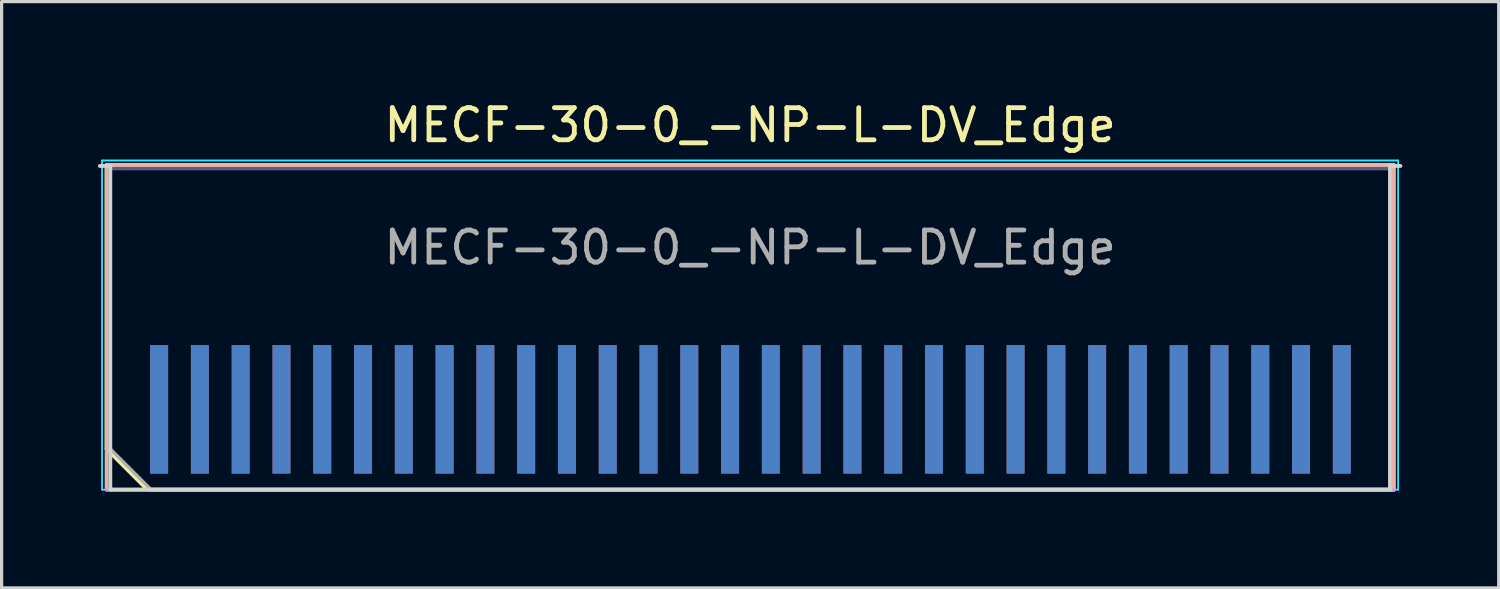
<source format=kicad_pcb>
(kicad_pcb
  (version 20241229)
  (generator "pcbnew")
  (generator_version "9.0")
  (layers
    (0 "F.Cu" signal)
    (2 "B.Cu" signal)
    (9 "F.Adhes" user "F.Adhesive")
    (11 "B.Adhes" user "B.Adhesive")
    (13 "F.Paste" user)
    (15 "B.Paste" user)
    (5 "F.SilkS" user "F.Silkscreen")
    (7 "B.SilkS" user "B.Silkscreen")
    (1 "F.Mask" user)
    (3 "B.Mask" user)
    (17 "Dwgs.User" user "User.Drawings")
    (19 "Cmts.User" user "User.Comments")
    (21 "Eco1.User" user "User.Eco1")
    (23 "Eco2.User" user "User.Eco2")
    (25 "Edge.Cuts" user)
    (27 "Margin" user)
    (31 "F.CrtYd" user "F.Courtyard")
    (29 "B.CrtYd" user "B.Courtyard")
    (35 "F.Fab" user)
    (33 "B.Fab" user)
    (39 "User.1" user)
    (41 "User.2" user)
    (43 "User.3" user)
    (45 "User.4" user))
  (footprint "MECF-30-0_-NP-L-DV_Edge"
    (layer "F.Cu")
    (at 20.31 7.198)
    (property "Reference" "MECF-30-0_-NP-L-DV_Edge" (at 0 -6.35 0) (layer "F.SilkS") (effects (font (size 1 1) (thickness 0.15))))
    (attr exclude_from_pos_files exclude_from_bom)
    (fp_line (start -20.04 -5.11) (end 20.04 -5.11) (stroke (width 0.12) (type solid)) (layer "F.SilkS"))
    (fp_line (start -20.04 3.73) (end -20.04 -5.11) (stroke (width 0.12) (type solid)) (layer "F.SilkS"))
    (fp_line (start -18.77 5) (end -20.04 3.73) (stroke (width 0.12) (type solid)) (layer "F.SilkS"))
    (fp_line (start -18.77 5) (end 20.04 5) (stroke (width 0.12) (type solid)) (layer "F.SilkS"))
    (fp_line (start 20.04 5) (end 20.04 -5.11) (stroke (width 0.12) (type solid)) (layer "F.SilkS"))
    (fp_line (start -20.04 -5.11) (end 20.04 -5.11) (stroke (width 0.12) (type solid)) (layer "B.SilkS"))
    (fp_line (start -20.04 5) (end -20.04 -5.11) (stroke (width 0.12) (type solid)) (layer "B.SilkS"))
    (fp_line (start -20.04 5) (end 20.04 5) (stroke (width 0.12) (type solid)) (layer "B.SilkS"))
    (fp_line (start 20.04 5) (end 20.04 -5.11) (stroke (width 0.12) (type solid)) (layer "B.SilkS"))
    (fp_line (start -20.25 -5.08) (end -19.925 -5.08) (stroke (width 0.12) (type solid)) (layer "Edge.Cuts"))
    (fp_line (start -19.925 5) (end -19.925 -5.08) (stroke (width 0.12) (type solid)) (layer "Edge.Cuts"))
    (fp_line (start -19.925 5) (end 19.925 5) (stroke (width 0.12) (type solid)) (layer "Edge.Cuts"))
    (fp_line (start 19.925 5) (end 19.925 -5.08) (stroke (width 0.12) (type solid)) (layer "Edge.Cuts"))
    (fp_line (start 20.25 -5.08) (end 19.925 -5.08) (stroke (width 0.12) (type solid)) (layer "Edge.Cuts"))
    (fp_line (start -20.18 -5.25) (end -20.18 5) (stroke (width 0.05) (type solid)) (layer "B.CrtYd"))
    (fp_line (start -20.18 5) (end 20.18 5) (stroke (width 0.05) (type solid)) (layer "B.CrtYd"))
    (fp_line (start 20.18 -5.25) (end -20.18 -5.25) (stroke (width 0.05) (type solid)) (layer "B.CrtYd"))
    (fp_line (start 20.18 5) (end 20.18 -5.25) (stroke (width 0.05) (type solid)) (layer "B.CrtYd"))
    (fp_line (start -20.18 -5.25) (end -20.18 5) (stroke (width 0.05) (type solid)) (layer "F.CrtYd"))
    (fp_line (start -20.18 5) (end 20.18 5) (stroke (width 0.05) (type solid)) (layer "F.CrtYd"))
    (fp_line (start 20.18 -5.25) (end -20.18 -5.25) (stroke (width 0.05) (type solid)) (layer "F.CrtYd"))
    (fp_line (start 20.18 5) (end 20.18 -5.25) (stroke (width 0.05) (type solid)) (layer "F.CrtYd"))
    (fp_line (start -19.925 -5) (end 19.925 -5) (stroke (width 0.1) (type solid)) (layer "B.Fab"))
    (fp_line (start -19.925 5) (end -19.925 -5) (stroke (width 0.1) (type solid)) (layer "B.Fab"))
    (fp_line (start -19.925 5) (end 19.925 5) (stroke (width 0.1) (type solid)) (layer "B.Fab"))
    (fp_line (start 19.925 5) (end 19.925 -5) (stroke (width 0.1) (type solid)) (layer "B.Fab"))
    (fp_line (start -19.925 -5) (end 19.925 -5) (stroke (width 0.1) (type solid)) (layer "F.Fab"))
    (fp_line (start -19.925 3.73) (end -19.925 -5) (stroke (width 0.1) (type solid)) (layer "F.Fab"))
    (fp_line (start -19.925 3.73) (end -18.655 5) (stroke (width 0.1) (type solid)) (layer "F.Fab"))
    (fp_line (start -18.655 5) (end 19.925 5) (stroke (width 0.1) (type solid)) (layer "F.Fab"))
    (fp_line (start 19.925 5) (end 19.925 -5) (stroke (width 0.1) (type solid)) (layer "F.Fab"))
    (fp_text user "${REFERENCE}" (at 0 -2.54 0) (layer "F.Fab") (effects (font (size 1 1) (thickness 0.15))))
    (pad "1" smd rect (at -18.405 2.5) (size 0.56 4) (layers "F.Cu" "F.Mask" "F.Paste"))
    (pad "2" smd rect (at -18.405 2.5) (size 0.56 4) (layers "B.Cu" "B.Mask" "B.Paste"))
    (pad "3" smd rect (at -17.135 2.5) (size 0.56 4) (layers "F.Cu" "F.Mask" "F.Paste"))
    (pad "4" smd rect (at -17.135 2.5) (size 0.56 4) (layers "B.Cu" "B.Mask" "B.Paste"))
    (pad "5" smd rect (at -15.865 2.5) (size 0.56 4) (layers "F.Cu" "F.Mask" "F.Paste"))
    (pad "6" smd rect (at -15.865 2.5) (size 0.56 4) (layers "B.Cu" "B.Mask" "B.Paste"))
    (pad "7" smd rect (at -14.595 2.5) (size 0.56 4) (layers "F.Cu" "F.Mask" "F.Paste"))
    (pad "8" smd rect (at -14.595 2.5) (size 0.56 4) (layers "B.Cu" "B.Mask" "B.Paste"))
    (pad "9" smd rect (at -13.325 2.5) (size 0.56 4) (layers "F.Cu" "F.Mask" "F.Paste"))
    (pad "10" smd rect (at -13.325 2.5) (size 0.56 4) (layers "B.Cu" "B.Mask" "B.Paste"))
    (pad "11" smd rect (at -12.055 2.5) (size 0.56 4) (layers "F.Cu" "F.Mask" "F.Paste"))
    (pad "12" smd rect (at -12.055 2.5) (size 0.56 4) (layers "B.Cu" "B.Mask" "B.Paste"))
    (pad "13" smd rect (at -10.785 2.5) (size 0.56 4) (layers "F.Cu" "F.Mask" "F.Paste"))
    (pad "14" smd rect (at -10.785 2.5) (size 0.56 4) (layers "B.Cu" "B.Mask" "B.Paste"))
    (pad "15" smd rect (at -9.515 2.5) (size 0.56 4) (layers "F.Cu" "F.Mask" "F.Paste"))
    (pad "16" smd rect (at -9.515 2.5) (size 0.56 4) (layers "B.Cu" "B.Mask" "B.Paste"))
    (pad "17" smd rect (at -8.245 2.5) (size 0.56 4) (layers "F.Cu" "F.Mask" "F.Paste"))
    (pad "18" smd rect (at -8.245 2.5) (size 0.56 4) (layers "B.Cu" "B.Mask" "B.Paste"))
    (pad "19" smd rect (at -6.975 2.5) (size 0.56 4) (layers "F.Cu" "F.Mask" "F.Paste"))
    (pad "20" smd rect (at -6.975 2.5) (size 0.56 4) (layers "B.Cu" "B.Mask" "B.Paste"))
    (pad "21" smd rect (at -5.705 2.5) (size 0.56 4) (layers "F.Cu" "F.Mask" "F.Paste"))
    (pad "22" smd rect (at -5.705 2.5) (size 0.56 4) (layers "B.Cu" "B.Mask" "B.Paste"))
    (pad "23" smd rect (at -4.435 2.5) (size 0.56 4) (layers "F.Cu" "F.Mask" "F.Paste"))
    (pad "24" smd rect (at -4.435 2.5) (size 0.56 4) (layers "B.Cu" "B.Mask" "B.Paste"))
    (pad "25" smd rect (at -3.165 2.5) (size 0.56 4) (layers "F.Cu" "F.Mask" "F.Paste"))
    (pad "26" smd rect (at -3.165 2.5) (size 0.56 4) (layers "B.Cu" "B.Mask" "B.Paste"))
    (pad "27" smd rect (at -1.895 2.5) (size 0.56 4) (layers "F.Cu" "F.Mask" "F.Paste"))
    (pad "28" smd rect (at -1.895 2.5) (size 0.56 4) (layers "B.Cu" "B.Mask" "B.Paste"))
    (pad "29" smd rect (at -0.625 2.5) (size 0.56 4) (layers "F.Cu" "F.Mask" "F.Paste"))
    (pad "30" smd rect (at -0.625 2.5) (size 0.56 4) (layers "B.Cu" "B.Mask" "B.Paste"))
    (pad "31" smd rect (at 0.645 2.5) (size 0.56 4) (layers "F.Cu" "F.Mask" "F.Paste"))
    (pad "32" smd rect (at 0.645 2.5) (size 0.56 4) (layers "B.Cu" "B.Mask" "B.Paste"))
    (pad "33" smd rect (at 1.915 2.5) (size 0.56 4) (layers "F.Cu" "F.Mask" "F.Paste"))
    (pad "34" smd rect (at 1.915 2.5) (size 0.56 4) (layers "B.Cu" "B.Mask" "B.Paste"))
    (pad "35" smd rect (at 3.185 2.5) (size 0.56 4) (layers "F.Cu" "F.Mask" "F.Paste"))
    (pad "36" smd rect (at 3.185 2.5) (size 0.56 4) (layers "B.Cu" "B.Mask" "B.Paste"))
    (pad "37" smd rect (at 4.455 2.5) (size 0.56 4) (layers "F.Cu" "F.Mask" "F.Paste"))
    (pad "38" smd rect (at 4.455 2.5) (size 0.56 4) (layers "B.Cu" "B.Mask" "B.Paste"))
    (pad "39" smd rect (at 5.725 2.5) (size 0.56 4) (layers "F.Cu" "F.Mask" "F.Paste"))
    (pad "40" smd rect (at 5.725 2.5) (size 0.56 4) (layers "B.Cu" "B.Mask" "B.Paste"))
    (pad "41" smd rect (at 6.995 2.5) (size 0.56 4) (layers "F.Cu" "F.Mask" "F.Paste"))
    (pad "42" smd rect (at 6.995 2.5) (size 0.56 4) (layers "B.Cu" "B.Mask" "B.Paste"))
    (pad "43" smd rect (at 8.265 2.5) (size 0.56 4) (layers "F.Cu" "F.Mask" "F.Paste"))
    (pad "44" smd rect (at 8.265 2.5) (size 0.56 4) (layers "B.Cu" "B.Mask" "B.Paste"))
    (pad "45" smd rect (at 9.535 2.5) (size 0.56 4) (layers "F.Cu" "F.Mask" "F.Paste"))
    (pad "46" smd rect (at 9.535 2.5) (size 0.56 4) (layers "B.Cu" "B.Mask" "B.Paste"))
    (pad "47" smd rect (at 10.805 2.5) (size 0.56 4) (layers "F.Cu" "F.Mask" "F.Paste"))
    (pad "48" smd rect (at 10.805 2.5) (size 0.56 4) (layers "B.Cu" "B.Mask" "B.Paste"))
    (pad "49" smd rect (at 12.075 2.5) (size 0.56 4) (layers "F.Cu" "F.Mask" "F.Paste"))
    (pad "50" smd rect (at 12.075 2.5) (size 0.56 4) (layers "B.Cu" "B.Mask" "B.Paste"))
    (pad "51" smd rect (at 13.345 2.5) (size 0.56 4) (layers "F.Cu" "F.Mask" "F.Paste"))
    (pad "52" smd rect (at 13.345 2.5) (size 0.56 4) (layers "B.Cu" "B.Mask" "B.Paste"))
    (pad "53" smd rect (at 14.615 2.5) (size 0.56 4) (layers "F.Cu" "F.Mask" "F.Paste"))
    (pad "54" smd rect (at 14.615 2.5) (size 0.56 4) (layers "B.Cu" "B.Mask" "B.Paste"))
    (pad "55" smd rect (at 15.885 2.5) (size 0.56 4) (layers "F.Cu" "F.Mask" "F.Paste"))
    (pad "56" smd rect (at 15.885 2.5) (size 0.56 4) (layers "B.Cu" "B.Mask" "B.Paste"))
    (pad "57" smd rect (at 17.155 2.5) (size 0.56 4) (layers "F.Cu" "F.Mask" "F.Paste"))
    (pad "58" smd rect (at 17.155 2.5) (size 0.56 4) (layers "B.Cu" "B.Mask" "B.Paste"))
    (pad "59" smd rect (at 18.425 2.5) (size 0.56 4) (layers "F.Cu" "F.Mask" "F.Paste"))
    (pad "60" smd rect (at 18.425 2.5) (size 0.56 4) (layers "B.Cu" "B.Mask" "B.Paste")))
  (gr_rect
    (start -3 -3)
    (end 43.62 15.258)
    (stroke (width 0.1) (type default))
    (fill no)
    (layer "Edge.Cuts")))
</source>
